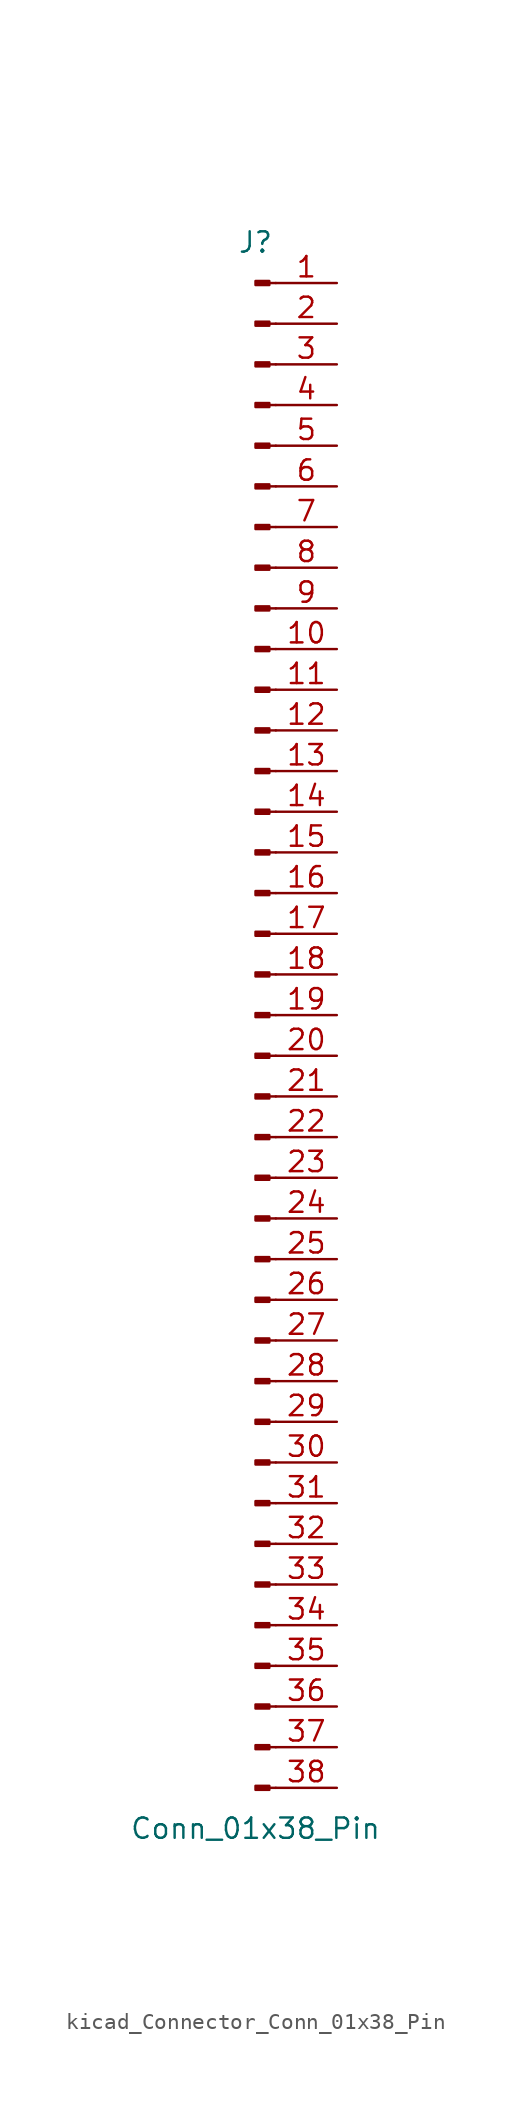
<source format=kicad_sym>
(kicad_symbol_lib
  (version 20220914)
  (generator kicad_symbol_editor)
  (symbol "kicad_Connector_Conn_01x38_Pin"
    (pin_names
      (offset 1.016) hide)
    (property "Reference" "J"
      (at 0 48.26 0)
      (effects (font (size 1.27 1.27))))
    (property "Value" "Conn_01x38_Pin"
      (at 0 -50.8 0)
      (effects (font (size 1.27 1.27))))
    (property "ki_locked" ""
      (at 0 0 0)
      (effects (font (size 1.27 1.27))))
    (symbol "kicad_Connector_Conn_01x38_Pin_1_1"
      (polyline (pts (xy 1.27 -48.26) (xy 0.864 -48.26)) (stroke (width 0.152) (type default)) (fill (type none)))
      (polyline (pts (xy 1.27 -45.72) (xy 0.864 -45.72)) (stroke (width 0.152) (type default)) (fill (type none)))
      (polyline (pts (xy 1.27 -43.18) (xy 0.864 -43.18)) (stroke (width 0.152) (type default)) (fill (type none)))
      (polyline (pts (xy 1.27 -40.64) (xy 0.864 -40.64)) (stroke (width 0.152) (type default)) (fill (type none)))
      (polyline (pts (xy 1.27 -38.1) (xy 0.864 -38.1)) (stroke (width 0.152) (type default)) (fill (type none)))
      (polyline (pts (xy 1.27 -35.56) (xy 0.864 -35.56)) (stroke (width 0.152) (type default)) (fill (type none)))
      (polyline (pts (xy 1.27 -33.02) (xy 0.864 -33.02)) (stroke (width 0.152) (type default)) (fill (type none)))
      (polyline (pts (xy 1.27 -30.48) (xy 0.864 -30.48)) (stroke (width 0.152) (type default)) (fill (type none)))
      (polyline (pts (xy 1.27 -27.94) (xy 0.864 -27.94)) (stroke (width 0.152) (type default)) (fill (type none)))
      (polyline (pts (xy 1.27 -25.4) (xy 0.864 -25.4)) (stroke (width 0.152) (type default)) (fill (type none)))
      (polyline (pts (xy 1.27 -22.86) (xy 0.864 -22.86)) (stroke (width 0.152) (type default)) (fill (type none)))
      (polyline (pts (xy 1.27 -20.32) (xy 0.864 -20.32)) (stroke (width 0.152) (type default)) (fill (type none)))
      (polyline (pts (xy 1.27 -17.78) (xy 0.864 -17.78)) (stroke (width 0.152) (type default)) (fill (type none)))
      (polyline (pts (xy 1.27 -15.24) (xy 0.864 -15.24)) (stroke (width 0.152) (type default)) (fill (type none)))
      (polyline (pts (xy 1.27 -12.7) (xy 0.864 -12.7)) (stroke (width 0.152) (type default)) (fill (type none)))
      (polyline (pts (xy 1.27 -10.16) (xy 0.864 -10.16)) (stroke (width 0.152) (type default)) (fill (type none)))
      (polyline (pts (xy 1.27 -7.62) (xy 0.864 -7.62)) (stroke (width 0.152) (type default)) (fill (type none)))
      (polyline (pts (xy 1.27 -5.08) (xy 0.864 -5.08)) (stroke (width 0.152) (type default)) (fill (type none)))
      (polyline (pts (xy 1.27 -2.54) (xy 0.864 -2.54)) (stroke (width 0.152) (type default)) (fill (type none)))
      (polyline (pts (xy 1.27 0) (xy 0.864 0)) (stroke (width 0.152) (type default)) (fill (type none)))
      (polyline (pts (xy 1.27 2.54) (xy 0.864 2.54)) (stroke (width 0.152) (type default)) (fill (type none)))
      (polyline (pts (xy 1.27 5.08) (xy 0.864 5.08)) (stroke (width 0.152) (type default)) (fill (type none)))
      (polyline (pts (xy 1.27 7.62) (xy 0.864 7.62)) (stroke (width 0.152) (type default)) (fill (type none)))
      (polyline (pts (xy 1.27 10.16) (xy 0.864 10.16)) (stroke (width 0.152) (type default)) (fill (type none)))
      (polyline (pts (xy 1.27 12.7) (xy 0.864 12.7)) (stroke (width 0.152) (type default)) (fill (type none)))
      (polyline (pts (xy 1.27 15.24) (xy 0.864 15.24)) (stroke (width 0.152) (type default)) (fill (type none)))
      (polyline (pts (xy 1.27 17.78) (xy 0.864 17.78)) (stroke (width 0.152) (type default)) (fill (type none)))
      (polyline (pts (xy 1.27 20.32) (xy 0.864 20.32)) (stroke (width 0.152) (type default)) (fill (type none)))
      (polyline (pts (xy 1.27 22.86) (xy 0.864 22.86)) (stroke (width 0.152) (type default)) (fill (type none)))
      (polyline (pts (xy 1.27 25.4) (xy 0.864 25.4)) (stroke (width 0.152) (type default)) (fill (type none)))
      (polyline (pts (xy 1.27 27.94) (xy 0.864 27.94)) (stroke (width 0.152) (type default)) (fill (type none)))
      (polyline (pts (xy 1.27 30.48) (xy 0.864 30.48)) (stroke (width 0.152) (type default)) (fill (type none)))
      (polyline (pts (xy 1.27 33.02) (xy 0.864 33.02)) (stroke (width 0.152) (type default)) (fill (type none)))
      (polyline (pts (xy 1.27 35.56) (xy 0.864 35.56)) (stroke (width 0.152) (type default)) (fill (type none)))
      (polyline (pts (xy 1.27 38.1) (xy 0.864 38.1)) (stroke (width 0.152) (type default)) (fill (type none)))
      (polyline (pts (xy 1.27 40.64) (xy 0.864 40.64)) (stroke (width 0.152) (type default)) (fill (type none)))
      (polyline (pts (xy 1.27 43.18) (xy 0.864 43.18)) (stroke (width 0.152) (type default)) (fill (type none)))
      (polyline (pts (xy 1.27 45.72) (xy 0.864 45.72)) (stroke (width 0.152) (type default)) (fill (type none)))
      (rectangle (start 0.864 -48.133) (end 0 -48.387) (stroke (width 0.152) (type default)) (fill (type outline)))
      (rectangle (start 0.864 -45.593) (end 0 -45.847) (stroke (width 0.152) (type default)) (fill (type outline)))
      (rectangle (start 0.864 -43.053) (end 0 -43.307) (stroke (width 0.152) (type default)) (fill (type outline)))
      (rectangle (start 0.864 -40.513) (end 0 -40.767) (stroke (width 0.152) (type default)) (fill (type outline)))
      (rectangle (start 0.864 -37.973) (end 0 -38.227) (stroke (width 0.152) (type default)) (fill (type outline)))
      (rectangle (start 0.864 -35.433) (end 0 -35.687) (stroke (width 0.152) (type default)) (fill (type outline)))
      (rectangle (start 0.864 -32.893) (end 0 -33.147) (stroke (width 0.152) (type default)) (fill (type outline)))
      (rectangle (start 0.864 -30.353) (end 0 -30.607) (stroke (width 0.152) (type default)) (fill (type outline)))
      (rectangle (start 0.864 -27.813) (end 0 -28.067) (stroke (width 0.152) (type default)) (fill (type outline)))
      (rectangle (start 0.864 -25.273) (end 0 -25.527) (stroke (width 0.152) (type default)) (fill (type outline)))
      (rectangle (start 0.864 -22.733) (end 0 -22.987) (stroke (width 0.152) (type default)) (fill (type outline)))
      (rectangle (start 0.864 -20.193) (end 0 -20.447) (stroke (width 0.152) (type default)) (fill (type outline)))
      (rectangle (start 0.864 -17.653) (end 0 -17.907) (stroke (width 0.152) (type default)) (fill (type outline)))
      (rectangle (start 0.864 -15.113) (end 0 -15.367) (stroke (width 0.152) (type default)) (fill (type outline)))
      (rectangle (start 0.864 -12.573) (end 0 -12.827) (stroke (width 0.152) (type default)) (fill (type outline)))
      (rectangle (start 0.864 -10.033) (end 0 -10.287) (stroke (width 0.152) (type default)) (fill (type outline)))
      (rectangle (start 0.864 -7.493) (end 0 -7.747) (stroke (width 0.152) (type default)) (fill (type outline)))
      (rectangle (start 0.864 -4.953) (end 0 -5.207) (stroke (width 0.152) (type default)) (fill (type outline)))
      (rectangle (start 0.864 -2.413) (end 0 -2.667) (stroke (width 0.152) (type default)) (fill (type outline)))
      (rectangle (start 0.864 0.127) (end 0 -0.127) (stroke (width 0.152) (type default)) (fill (type outline)))
      (rectangle (start 0.864 2.667) (end 0 2.413) (stroke (width 0.152) (type default)) (fill (type outline)))
      (rectangle (start 0.864 5.207) (end 0 4.953) (stroke (width 0.152) (type default)) (fill (type outline)))
      (rectangle (start 0.864 7.747) (end 0 7.493) (stroke (width 0.152) (type default)) (fill (type outline)))
      (rectangle (start 0.864 10.287) (end 0 10.033) (stroke (width 0.152) (type default)) (fill (type outline)))
      (rectangle (start 0.864 12.827) (end 0 12.573) (stroke (width 0.152) (type default)) (fill (type outline)))
      (rectangle (start 0.864 15.367) (end 0 15.113) (stroke (width 0.152) (type default)) (fill (type outline)))
      (rectangle (start 0.864 17.907) (end 0 17.653) (stroke (width 0.152) (type default)) (fill (type outline)))
      (rectangle (start 0.864 20.447) (end 0 20.193) (stroke (width 0.152) (type default)) (fill (type outline)))
      (rectangle (start 0.864 22.987) (end 0 22.733) (stroke (width 0.152) (type default)) (fill (type outline)))
      (rectangle (start 0.864 25.527) (end 0 25.273) (stroke (width 0.152) (type default)) (fill (type outline)))
      (rectangle (start 0.864 28.067) (end 0 27.813) (stroke (width 0.152) (type default)) (fill (type outline)))
      (rectangle (start 0.864 30.607) (end 0 30.353) (stroke (width 0.152) (type default)) (fill (type outline)))
      (rectangle (start 0.864 33.147) (end 0 32.893) (stroke (width 0.152) (type default)) (fill (type outline)))
      (rectangle (start 0.864 35.687) (end 0 35.433) (stroke (width 0.152) (type default)) (fill (type outline)))
      (rectangle (start 0.864 38.227) (end 0 37.973) (stroke (width 0.152) (type default)) (fill (type outline)))
      (rectangle (start 0.864 40.767) (end 0 40.513) (stroke (width 0.152) (type default)) (fill (type outline)))
      (rectangle (start 0.864 43.307) (end 0 43.053) (stroke (width 0.152) (type default)) (fill (type outline)))
      (rectangle (start 0.864 45.847) (end 0 45.593) (stroke (width 0.152) (type default)) (fill (type outline)))
      (pin passive line (at 5.08 45.72 180) (length 3.81) (name "Pin_1" (effects (font (size 1.27 1.27)))) (number "1" (effects (font (size 1.27 1.27)))))
      (pin passive line (at 5.08 22.86 180) (length 3.81) (name "Pin_10" (effects (font (size 1.27 1.27)))) (number "10" (effects (font (size 1.27 1.27)))))
      (pin passive line (at 5.08 20.32 180) (length 3.81) (name "Pin_11" (effects (font (size 1.27 1.27)))) (number "11" (effects (font (size 1.27 1.27)))))
      (pin passive line (at 5.08 17.78 180) (length 3.81) (name "Pin_12" (effects (font (size 1.27 1.27)))) (number "12" (effects (font (size 1.27 1.27)))))
      (pin passive line (at 5.08 15.24 180) (length 3.81) (name "Pin_13" (effects (font (size 1.27 1.27)))) (number "13" (effects (font (size 1.27 1.27)))))
      (pin passive line (at 5.08 12.7 180) (length 3.81) (name "Pin_14" (effects (font (size 1.27 1.27)))) (number "14" (effects (font (size 1.27 1.27)))))
      (pin passive line (at 5.08 10.16 180) (length 3.81) (name "Pin_15" (effects (font (size 1.27 1.27)))) (number "15" (effects (font (size 1.27 1.27)))))
      (pin passive line (at 5.08 7.62 180) (length 3.81) (name "Pin_16" (effects (font (size 1.27 1.27)))) (number "16" (effects (font (size 1.27 1.27)))))
      (pin passive line (at 5.08 5.08 180) (length 3.81) (name "Pin_17" (effects (font (size 1.27 1.27)))) (number "17" (effects (font (size 1.27 1.27)))))
      (pin passive line (at 5.08 2.54 180) (length 3.81) (name "Pin_18" (effects (font (size 1.27 1.27)))) (number "18" (effects (font (size 1.27 1.27)))))
      (pin passive line (at 5.08 0 180) (length 3.81) (name "Pin_19" (effects (font (size 1.27 1.27)))) (number "19" (effects (font (size 1.27 1.27)))))
      (pin passive line (at 5.08 43.18 180) (length 3.81) (name "Pin_2" (effects (font (size 1.27 1.27)))) (number "2" (effects (font (size 1.27 1.27)))))
      (pin passive line (at 5.08 -2.54 180) (length 3.81) (name "Pin_20" (effects (font (size 1.27 1.27)))) (number "20" (effects (font (size 1.27 1.27)))))
      (pin passive line (at 5.08 -5.08 180) (length 3.81) (name "Pin_21" (effects (font (size 1.27 1.27)))) (number "21" (effects (font (size 1.27 1.27)))))
      (pin passive line (at 5.08 -7.62 180) (length 3.81) (name "Pin_22" (effects (font (size 1.27 1.27)))) (number "22" (effects (font (size 1.27 1.27)))))
      (pin passive line (at 5.08 -10.16 180) (length 3.81) (name "Pin_23" (effects (font (size 1.27 1.27)))) (number "23" (effects (font (size 1.27 1.27)))))
      (pin passive line (at 5.08 -12.7 180) (length 3.81) (name "Pin_24" (effects (font (size 1.27 1.27)))) (number "24" (effects (font (size 1.27 1.27)))))
      (pin passive line (at 5.08 -15.24 180) (length 3.81) (name "Pin_25" (effects (font (size 1.27 1.27)))) (number "25" (effects (font (size 1.27 1.27)))))
      (pin passive line (at 5.08 -17.78 180) (length 3.81) (name "Pin_26" (effects (font (size 1.27 1.27)))) (number "26" (effects (font (size 1.27 1.27)))))
      (pin passive line (at 5.08 -20.32 180) (length 3.81) (name "Pin_27" (effects (font (size 1.27 1.27)))) (number "27" (effects (font (size 1.27 1.27)))))
      (pin passive line (at 5.08 -22.86 180) (length 3.81) (name "Pin_28" (effects (font (size 1.27 1.27)))) (number "28" (effects (font (size 1.27 1.27)))))
      (pin passive line (at 5.08 -25.4 180) (length 3.81) (name "Pin_29" (effects (font (size 1.27 1.27)))) (number "29" (effects (font (size 1.27 1.27)))))
      (pin passive line (at 5.08 40.64 180) (length 3.81) (name "Pin_3" (effects (font (size 1.27 1.27)))) (number "3" (effects (font (size 1.27 1.27)))))
      (pin passive line (at 5.08 -27.94 180) (length 3.81) (name "Pin_30" (effects (font (size 1.27 1.27)))) (number "30" (effects (font (size 1.27 1.27)))))
      (pin passive line (at 5.08 -30.48 180) (length 3.81) (name "Pin_31" (effects (font (size 1.27 1.27)))) (number "31" (effects (font (size 1.27 1.27)))))
      (pin passive line (at 5.08 -33.02 180) (length 3.81) (name "Pin_32" (effects (font (size 1.27 1.27)))) (number "32" (effects (font (size 1.27 1.27)))))
      (pin passive line (at 5.08 -35.56 180) (length 3.81) (name "Pin_33" (effects (font (size 1.27 1.27)))) (number "33" (effects (font (size 1.27 1.27)))))
      (pin passive line (at 5.08 -38.1 180) (length 3.81) (name "Pin_34" (effects (font (size 1.27 1.27)))) (number "34" (effects (font (size 1.27 1.27)))))
      (pin passive line (at 5.08 -40.64 180) (length 3.81) (name "Pin_35" (effects (font (size 1.27 1.27)))) (number "35" (effects (font (size 1.27 1.27)))))
      (pin passive line (at 5.08 -43.18 180) (length 3.81) (name "Pin_36" (effects (font (size 1.27 1.27)))) (number "36" (effects (font (size 1.27 1.27)))))
      (pin passive line (at 5.08 -45.72 180) (length 3.81) (name "Pin_37" (effects (font (size 1.27 1.27)))) (number "37" (effects (font (size 1.27 1.27)))))
      (pin passive line (at 5.08 -48.26 180) (length 3.81) (name "Pin_38" (effects (font (size 1.27 1.27)))) (number "38" (effects (font (size 1.27 1.27)))))
      (pin passive line (at 5.08 38.1 180) (length 3.81) (name "Pin_4" (effects (font (size 1.27 1.27)))) (number "4" (effects (font (size 1.27 1.27)))))
      (pin passive line (at 5.08 35.56 180) (length 3.81) (name "Pin_5" (effects (font (size 1.27 1.27)))) (number "5" (effects (font (size 1.27 1.27)))))
      (pin passive line (at 5.08 33.02 180) (length 3.81) (name "Pin_6" (effects (font (size 1.27 1.27)))) (number "6" (effects (font (size 1.27 1.27)))))
      (pin passive line (at 5.08 30.48 180) (length 3.81) (name "Pin_7" (effects (font (size 1.27 1.27)))) (number "7" (effects (font (size 1.27 1.27)))))
      (pin passive line (at 5.08 27.94 180) (length 3.81) (name "Pin_8" (effects (font (size 1.27 1.27)))) (number "8" (effects (font (size 1.27 1.27)))))
      (pin passive line (at 5.08 25.4 180) (length 3.81) (name "Pin_9" (effects (font (size 1.27 1.27)))) (number "9" (effects (font (size 1.27 1.27))))))))
</source>
